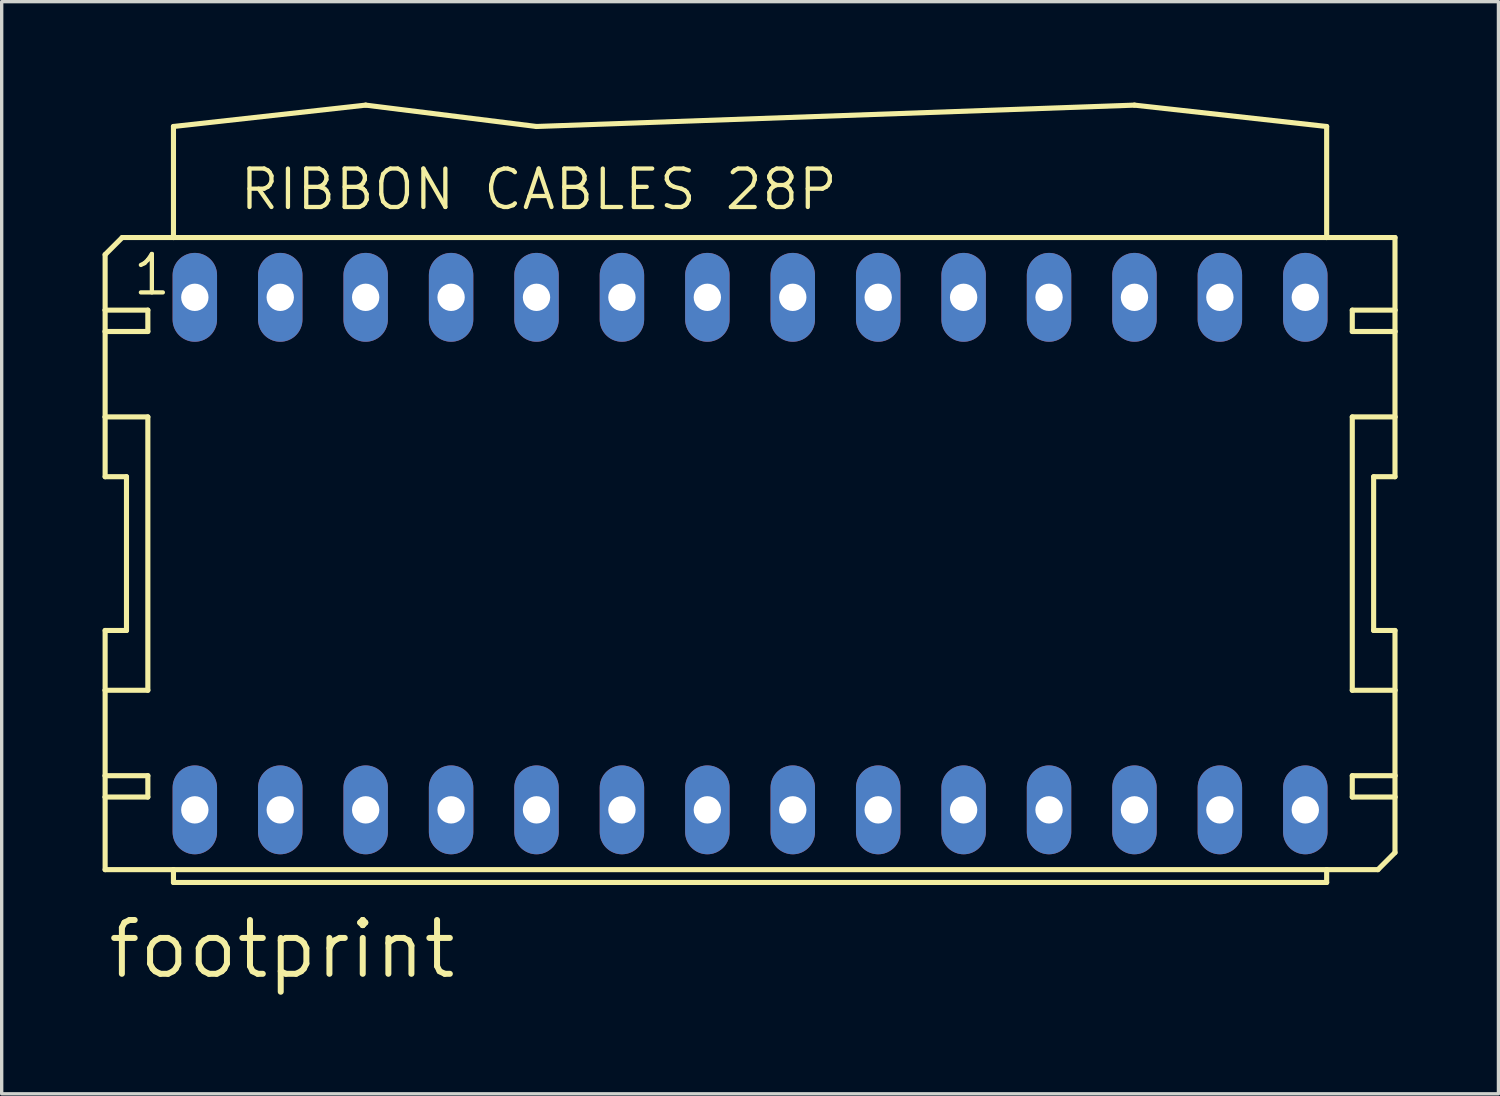
<source format=kicad_pcb>
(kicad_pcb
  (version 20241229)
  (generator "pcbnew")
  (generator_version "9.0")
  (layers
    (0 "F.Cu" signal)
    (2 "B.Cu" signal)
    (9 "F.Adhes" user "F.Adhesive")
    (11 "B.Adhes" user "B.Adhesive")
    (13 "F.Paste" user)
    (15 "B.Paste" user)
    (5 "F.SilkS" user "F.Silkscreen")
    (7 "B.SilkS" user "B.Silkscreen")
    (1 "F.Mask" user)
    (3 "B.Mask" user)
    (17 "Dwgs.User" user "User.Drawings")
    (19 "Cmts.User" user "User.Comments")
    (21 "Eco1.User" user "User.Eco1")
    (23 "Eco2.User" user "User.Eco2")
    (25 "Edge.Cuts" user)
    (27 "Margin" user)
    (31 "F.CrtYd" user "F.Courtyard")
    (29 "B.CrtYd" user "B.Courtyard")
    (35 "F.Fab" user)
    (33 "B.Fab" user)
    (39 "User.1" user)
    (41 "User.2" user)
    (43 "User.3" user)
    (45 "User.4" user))
  (footprint "footprint"
    (layer "F.Cu")
    (at 19.253 13.411)
    (property "Reference" "footprint" (at -19.177 12.7 0) (layer "F.SilkS") (effects (font (size 1.6 1.6) (thickness 0.178)) (justify left bottom)))
    (fp_line (start -19.177 -8.89) (end -19.177 -7.239) (stroke (width 0.152) (type solid)) (layer "F.SilkS"))
    (fp_line (start -19.177 -7.239) (end -17.907 -7.239) (stroke (width 0.152) (type solid)) (layer "F.SilkS"))
    (fp_line (start -19.177 -6.604) (end -19.177 -7.239) (stroke (width 0.152) (type solid)) (layer "F.SilkS"))
    (fp_line (start -19.177 -6.604) (end -19.177 -4.064) (stroke (width 0.152) (type solid)) (layer "F.SilkS"))
    (fp_line (start -19.177 -6.604) (end -17.907 -6.604) (stroke (width 0.152) (type solid)) (layer "F.SilkS"))
    (fp_line (start -19.177 -4.064) (end -19.177 -2.286) (stroke (width 0.152) (type solid)) (layer "F.SilkS"))
    (fp_line (start -19.177 -4.064) (end -17.907 -4.064) (stroke (width 0.152) (type solid)) (layer "F.SilkS"))
    (fp_line (start -19.177 -2.286) (end -18.542 -2.286) (stroke (width 0.152) (type solid)) (layer "F.SilkS"))
    (fp_line (start -19.177 2.286) (end -19.177 4.064) (stroke (width 0.152) (type solid)) (layer "F.SilkS"))
    (fp_line (start -19.177 4.064) (end -19.177 6.604) (stroke (width 0.152) (type solid)) (layer "F.SilkS"))
    (fp_line (start -19.177 6.604) (end -19.177 7.239) (stroke (width 0.152) (type solid)) (layer "F.SilkS"))
    (fp_line (start -19.177 6.604) (end -17.907 6.604) (stroke (width 0.152) (type solid)) (layer "F.SilkS"))
    (fp_line (start -19.177 7.239) (end -19.177 9.398) (stroke (width 0.152) (type solid)) (layer "F.SilkS"))
    (fp_line (start -18.669 -9.398) (end -19.177 -8.89) (stroke (width 0.152) (type solid)) (layer "F.SilkS"))
    (fp_line (start -18.669 -9.398) (end -17.145 -9.398) (stroke (width 0.152) (type solid)) (layer "F.SilkS"))
    (fp_line (start -18.542 2.286) (end -19.177 2.286) (stroke (width 0.152) (type solid)) (layer "F.SilkS"))
    (fp_line (start -18.542 2.286) (end -18.542 -2.286) (stroke (width 0.152) (type solid)) (layer "F.SilkS"))
    (fp_line (start -17.907 -6.604) (end -17.907 -7.239) (stroke (width 0.152) (type solid)) (layer "F.SilkS"))
    (fp_line (start -17.907 4.064) (end -19.177 4.064) (stroke (width 0.152) (type solid)) (layer "F.SilkS"))
    (fp_line (start -17.907 4.064) (end -17.907 -4.064) (stroke (width 0.152) (type solid)) (layer "F.SilkS"))
    (fp_line (start -17.907 7.239) (end -19.177 7.239) (stroke (width 0.152) (type solid)) (layer "F.SilkS"))
    (fp_line (start -17.907 7.239) (end -17.907 6.604) (stroke (width 0.152) (type solid)) (layer "F.SilkS"))
    (fp_line (start -17.145 -12.7) (end -17.145 -9.398) (stroke (width 0.152) (type solid)) (layer "F.SilkS"))
    (fp_line (start -17.145 -12.7) (end -11.43 -13.335) (stroke (width 0.152) (type solid)) (layer "F.SilkS"))
    (fp_line (start -17.145 -9.398) (end 17.145 -9.398) (stroke (width 0.152) (type solid)) (layer "F.SilkS"))
    (fp_line (start -17.145 9.398) (end -19.177 9.398) (stroke (width 0.152) (type solid)) (layer "F.SilkS"))
    (fp_line (start -17.145 9.779) (end -17.145 9.398) (stroke (width 0.152) (type solid)) (layer "F.SilkS"))
    (fp_line (start -17.145 9.779) (end 17.145 9.779) (stroke (width 0.152) (type solid)) (layer "F.SilkS"))
    (fp_line (start -11.43 -13.335) (end -6.35 -12.7) (stroke (width 0.152) (type solid)) (layer "F.SilkS"))
    (fp_line (start -6.35 -12.7) (end 11.43 -13.335) (stroke (width 0.152) (type solid)) (layer "F.SilkS"))
    (fp_line (start 11.43 -13.335) (end 17.145 -12.7) (stroke (width 0.152) (type solid)) (layer "F.SilkS"))
    (fp_line (start 17.145 -9.398) (end 17.145 -12.7) (stroke (width 0.152) (type solid)) (layer "F.SilkS"))
    (fp_line (start 17.145 -9.398) (end 19.177 -9.398) (stroke (width 0.152) (type solid)) (layer "F.SilkS"))
    (fp_line (start 17.145 9.398) (end -17.145 9.398) (stroke (width 0.152) (type solid)) (layer "F.SilkS"))
    (fp_line (start 17.145 9.398) (end 17.145 9.779) (stroke (width 0.152) (type solid)) (layer "F.SilkS"))
    (fp_line (start 17.907 -7.239) (end 17.907 -6.604) (stroke (width 0.152) (type solid)) (layer "F.SilkS"))
    (fp_line (start 17.907 -7.239) (end 19.177 -7.239) (stroke (width 0.152) (type solid)) (layer "F.SilkS"))
    (fp_line (start 17.907 -4.064) (end 17.907 4.064) (stroke (width 0.152) (type solid)) (layer "F.SilkS"))
    (fp_line (start 17.907 -4.064) (end 19.177 -4.064) (stroke (width 0.152) (type solid)) (layer "F.SilkS"))
    (fp_line (start 17.907 6.604) (end 17.907 7.239) (stroke (width 0.152) (type solid)) (layer "F.SilkS"))
    (fp_line (start 17.907 6.604) (end 19.177 6.604) (stroke (width 0.152) (type solid)) (layer "F.SilkS"))
    (fp_line (start 18.542 -2.286) (end 18.542 2.286) (stroke (width 0.152) (type solid)) (layer "F.SilkS"))
    (fp_line (start 18.542 -2.286) (end 19.177 -2.286) (stroke (width 0.152) (type solid)) (layer "F.SilkS"))
    (fp_line (start 18.669 9.398) (end 17.145 9.398) (stroke (width 0.152) (type solid)) (layer "F.SilkS"))
    (fp_line (start 19.177 -9.398) (end 19.177 -7.239) (stroke (width 0.152) (type solid)) (layer "F.SilkS"))
    (fp_line (start 19.177 -7.239) (end 19.177 -6.604) (stroke (width 0.152) (type solid)) (layer "F.SilkS"))
    (fp_line (start 19.177 -6.604) (end 17.907 -6.604) (stroke (width 0.152) (type solid)) (layer "F.SilkS"))
    (fp_line (start 19.177 -6.604) (end 19.177 -4.064) (stroke (width 0.152) (type solid)) (layer "F.SilkS"))
    (fp_line (start 19.177 -4.064) (end 19.177 -2.286) (stroke (width 0.152) (type solid)) (layer "F.SilkS"))
    (fp_line (start 19.177 2.286) (end 18.542 2.286) (stroke (width 0.152) (type solid)) (layer "F.SilkS"))
    (fp_line (start 19.177 2.286) (end 19.177 4.064) (stroke (width 0.152) (type solid)) (layer "F.SilkS"))
    (fp_line (start 19.177 4.064) (end 17.907 4.064) (stroke (width 0.152) (type solid)) (layer "F.SilkS"))
    (fp_line (start 19.177 4.064) (end 19.177 6.604) (stroke (width 0.152) (type solid)) (layer "F.SilkS"))
    (fp_line (start 19.177 6.604) (end 19.177 7.239) (stroke (width 0.152) (type solid)) (layer "F.SilkS"))
    (fp_line (start 19.177 7.239) (end 17.907 7.239) (stroke (width 0.152) (type solid)) (layer "F.SilkS"))
    (fp_line (start 19.177 7.239) (end 19.177 8.89) (stroke (width 0.152) (type solid)) (layer "F.SilkS"))
    (fp_line (start 19.177 8.89) (end 18.669 9.398) (stroke (width 0.152) (type solid)) (layer "F.SilkS"))
    (fp_text user "RIBBON CABLES 28P" (at -15.24 -10.16 0) (layer "F.SilkS") (effects (font (size 1.143 1.143) (thickness 0.127)) (justify left bottom)))
    (fp_text user "1" (at -18.415 -7.62 0) (layer "F.SilkS") (effects (font (size 1.143 1.143) (thickness 0.127)) (justify left bottom)))
    (pad "1" thru_hole oval (at -16.51 -7.62 90) (size 2.642 1.321) (drill 0.813) (layers "*.Cu" "*.Mask"))
    (pad "2" thru_hole oval (at -16.51 7.62 90) (size 2.642 1.321) (drill 0.813) (layers "*.Cu" "*.Mask"))
    (pad "3" thru_hole oval (at -13.97 -7.62 90) (size 2.642 1.321) (drill 0.813) (layers "*.Cu" "*.Mask"))
    (pad "4" thru_hole oval (at -13.97 7.62 90) (size 2.642 1.321) (drill 0.813) (layers "*.Cu" "*.Mask"))
    (pad "5" thru_hole oval (at -11.43 -7.62 90) (size 2.642 1.321) (drill 0.813) (layers "*.Cu" "*.Mask"))
    (pad "6" thru_hole oval (at -11.43 7.62 90) (size 2.642 1.321) (drill 0.813) (layers "*.Cu" "*.Mask"))
    (pad "7" thru_hole oval (at -8.89 -7.62 90) (size 2.642 1.321) (drill 0.813) (layers "*.Cu" "*.Mask"))
    (pad "8" thru_hole oval (at -8.89 7.62 90) (size 2.642 1.321) (drill 0.813) (layers "*.Cu" "*.Mask"))
    (pad "9" thru_hole oval (at -6.35 -7.62 90) (size 2.642 1.321) (drill 0.813) (layers "*.Cu" "*.Mask"))
    (pad "10" thru_hole oval (at -6.35 7.62 90) (size 2.642 1.321) (drill 0.813) (layers "*.Cu" "*.Mask"))
    (pad "11" thru_hole oval (at -3.81 -7.62 90) (size 2.642 1.321) (drill 0.813) (layers "*.Cu" "*.Mask"))
    (pad "12" thru_hole oval (at -3.81 7.62 90) (size 2.642 1.321) (drill 0.813) (layers "*.Cu" "*.Mask"))
    (pad "13" thru_hole oval (at -1.27 -7.62 90) (size 2.642 1.321) (drill 0.813) (layers "*.Cu" "*.Mask"))
    (pad "14" thru_hole oval (at -1.27 7.62 90) (size 2.642 1.321) (drill 0.813) (layers "*.Cu" "*.Mask"))
    (pad "15" thru_hole oval (at 1.27 -7.62 90) (size 2.642 1.321) (drill 0.813) (layers "*.Cu" "*.Mask"))
    (pad "16" thru_hole oval (at 1.27 7.62 90) (size 2.642 1.321) (drill 0.813) (layers "*.Cu" "*.Mask"))
    (pad "17" thru_hole oval (at 3.81 -7.62 90) (size 2.642 1.321) (drill 0.813) (layers "*.Cu" "*.Mask"))
    (pad "18" thru_hole oval (at 3.81 7.62 90) (size 2.642 1.321) (drill 0.813) (layers "*.Cu" "*.Mask"))
    (pad "19" thru_hole oval (at 6.35 -7.62 90) (size 2.642 1.321) (drill 0.813) (layers "*.Cu" "*.Mask"))
    (pad "20" thru_hole oval (at 6.35 7.62 90) (size 2.642 1.321) (drill 0.813) (layers "*.Cu" "*.Mask"))
    (pad "21" thru_hole oval (at 8.89 -7.62 90) (size 2.642 1.321) (drill 0.813) (layers "*.Cu" "*.Mask"))
    (pad "22" thru_hole oval (at 8.89 7.62 90) (size 2.642 1.321) (drill 0.813) (layers "*.Cu" "*.Mask"))
    (pad "23" thru_hole oval (at 11.43 -7.62 90) (size 2.642 1.321) (drill 0.813) (layers "*.Cu" "*.Mask"))
    (pad "24" thru_hole oval (at 11.43 7.62 90) (size 2.642 1.321) (drill 0.813) (layers "*.Cu" "*.Mask"))
    (pad "25" thru_hole oval (at 13.97 -7.62 90) (size 2.642 1.321) (drill 0.813) (layers "*.Cu" "*.Mask"))
    (pad "26" thru_hole oval (at 13.97 7.62 90) (size 2.642 1.321) (drill 0.813) (layers "*.Cu" "*.Mask"))
    (pad "27" thru_hole oval (at 16.51 -7.62 90) (size 2.642 1.321) (drill 0.813) (layers "*.Cu" "*.Mask"))
    (pad "28" thru_hole oval (at 16.51 7.62 90) (size 2.642 1.321) (drill 0.813) (layers "*.Cu" "*.Mask")))
  (gr_rect
    (start -3 -3)
    (end 41.506 29.474)
    (stroke (width 0.1) (type default))
    (fill no)
    (layer "Edge.Cuts")))
</source>
